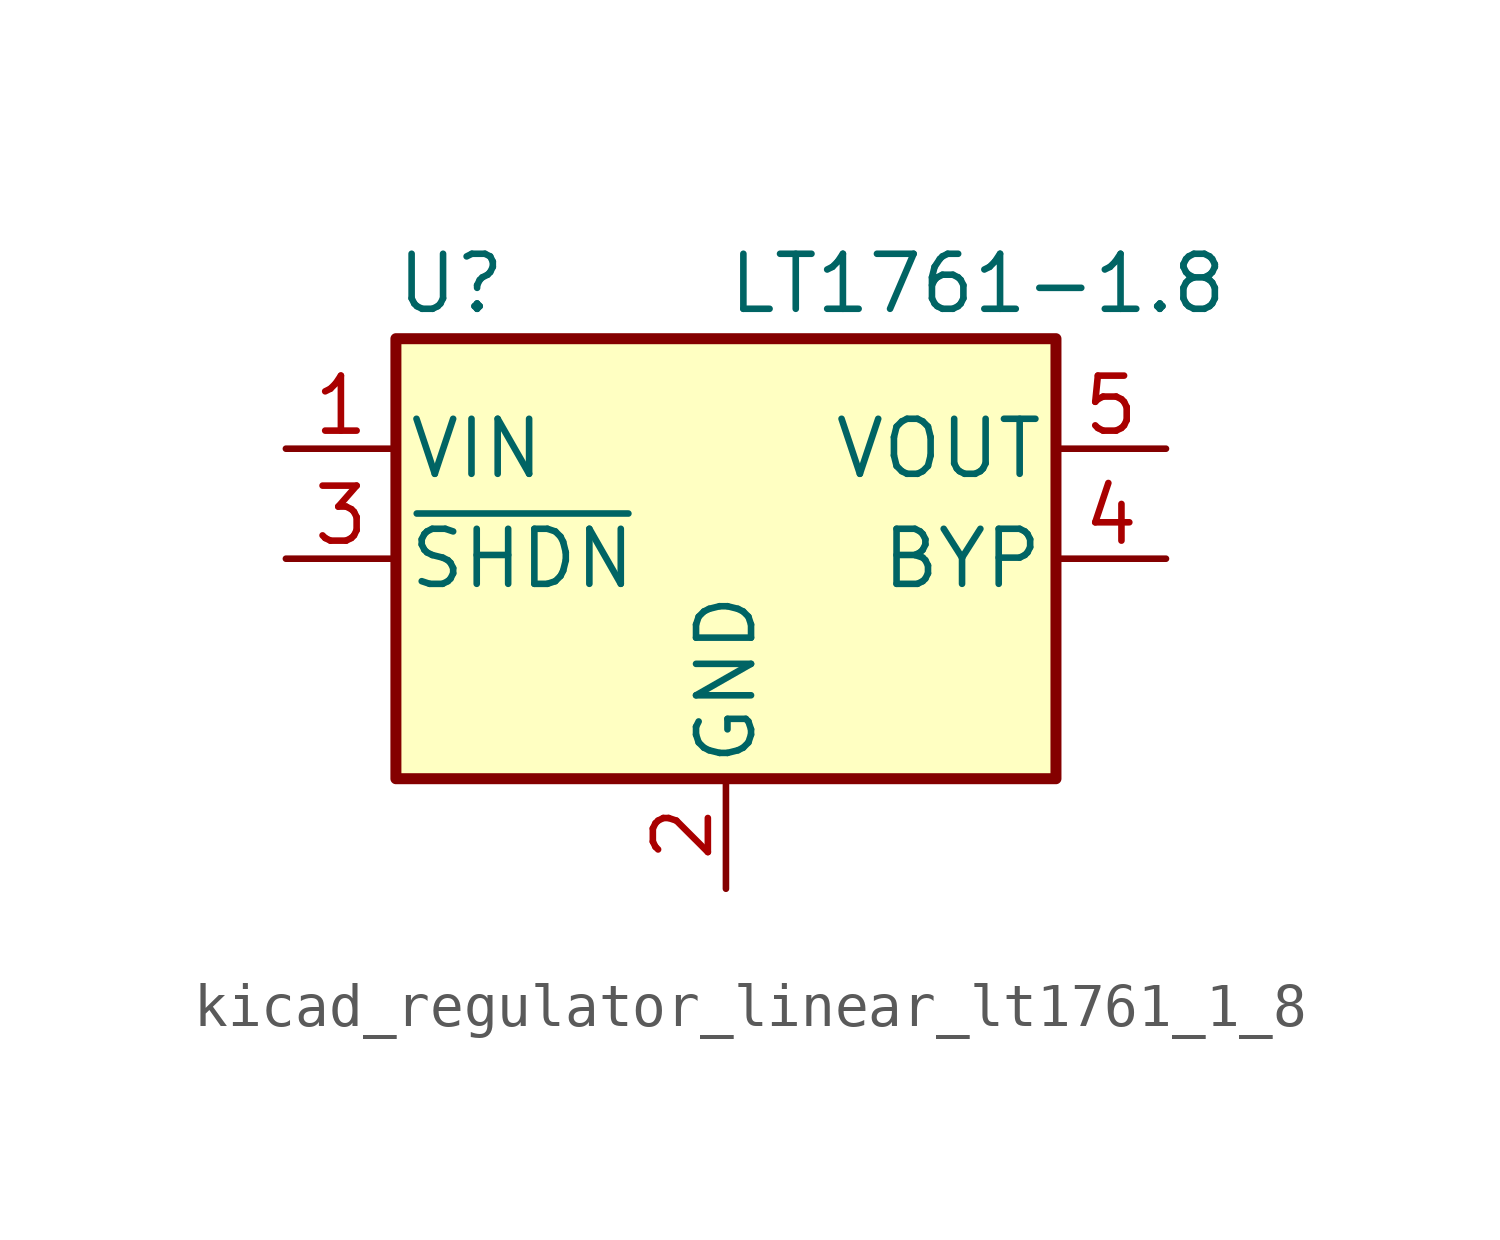
<source format=kicad_sym>
(kicad_symbol_lib
  (version 20220914)
  (generator kicad_symbol_editor)
  (symbol "kicad_regulator_linear_lt1761_1_8"
    (pin_names
      (offset 0.254))
    (property "Reference" "U"
      (at -6.35 6.35 0)
      (effects (font (size 1.27 1.27))))
    (property "Value" "LT1761-1.8"
      (at 0 6.35 0)
      (effects (font (size 1.27 1.27)) (justify left)))
    (symbol "kicad_regulator_linear_lt1761_1_8_0_1"
      (rectangle (start -7.62 5.08) (end 7.62 -5.08) (stroke (width 0.254) (type default)) (fill (type background))))
    (symbol "kicad_regulator_linear_lt1761_1_8_1_1"
      (pin power_in line (at -10.16 2.54 0) (length 2.54) (name "VIN" (effects (font (size 1.27 1.27)))) (number "1" (effects (font (size 1.27 1.27)))))
      (pin power_in line (at 0 -7.62 90) (length 2.54) (name "GND" (effects (font (size 1.27 1.27)))) (number "2" (effects (font (size 1.27 1.27)))))
      (pin input line (at -10.16 0 0) (length 2.54) (name "~{SHDN}" (effects (font (size 1.27 1.27)))) (number "3" (effects (font (size 1.27 1.27)))))
      (pin passive line (at 10.16 0 180) (length 2.54) (name "BYP" (effects (font (size 1.27 1.27)))) (number "4" (effects (font (size 1.27 1.27)))))
      (pin power_out line (at 10.16 2.54 180) (length 2.54) (name "VOUT" (effects (font (size 1.27 1.27)))) (number "5" (effects (font (size 1.27 1.27))))))))
</source>
